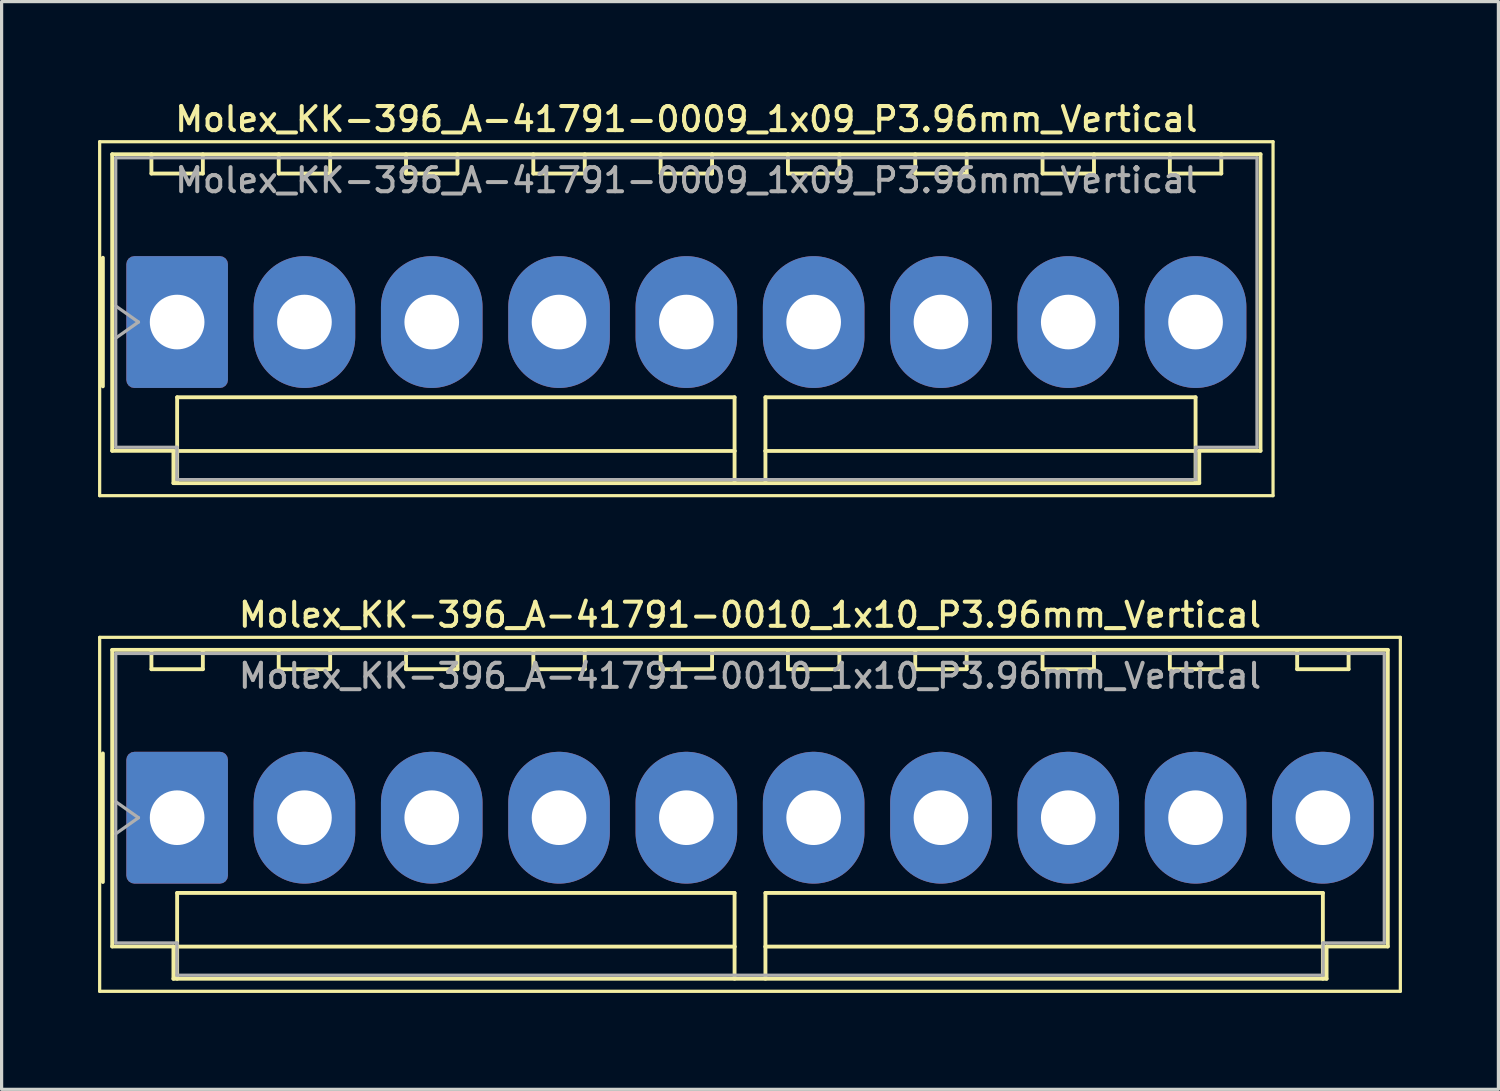
<source format=kicad_pcb>
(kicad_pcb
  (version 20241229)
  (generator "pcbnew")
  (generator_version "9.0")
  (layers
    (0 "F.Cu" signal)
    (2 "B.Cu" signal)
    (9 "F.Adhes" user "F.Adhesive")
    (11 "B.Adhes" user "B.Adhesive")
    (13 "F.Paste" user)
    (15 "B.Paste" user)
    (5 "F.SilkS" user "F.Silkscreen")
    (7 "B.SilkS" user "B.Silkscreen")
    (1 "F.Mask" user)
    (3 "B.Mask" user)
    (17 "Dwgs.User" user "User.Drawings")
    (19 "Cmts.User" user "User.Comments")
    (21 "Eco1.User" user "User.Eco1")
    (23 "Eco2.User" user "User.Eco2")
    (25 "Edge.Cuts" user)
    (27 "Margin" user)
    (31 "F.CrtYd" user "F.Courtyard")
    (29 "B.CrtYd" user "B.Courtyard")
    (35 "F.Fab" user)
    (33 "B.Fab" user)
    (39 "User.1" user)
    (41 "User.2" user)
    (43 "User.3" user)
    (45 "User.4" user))
  (footprint "Molex_KK-396_A-41791-0010_1x10_P3.96mm_Vertical"
    (layer "F.Cu")
    (at 2.46 22.386)
    (property "Reference" "Molex_KK-396_A-41791-0010_1x10_P3.96mm_Vertical" (at 17.82 -6.31 0) (layer "F.SilkS") (effects (font (size 0.75 0.75) (thickness 0.125))))
    (attr through_hole)
    (fp_line (start -2.41 -5.61) (end -2.41 5.4) (stroke (width 0.1) (type solid)) (layer "F.SilkS"))
    (fp_line (start -2.41 5.4) (end 38.05 5.4) (stroke (width 0.1) (type solid)) (layer "F.SilkS"))
    (fp_line (start -2.31 -2) (end -2.31 2) (stroke (width 0.12) (type solid)) (layer "F.SilkS"))
    (fp_line (start -2.02 -5.22) (end 37.66 -5.22) (stroke (width 0.12) (type solid)) (layer "F.SilkS"))
    (fp_line (start -2.02 4.005) (end -2.02 -5.22) (stroke (width 0.12) (type solid)) (layer "F.SilkS"))
    (fp_line (start -0.8 -5.22) (end -0.8 -4.62) (stroke (width 0.12) (type solid)) (layer "F.SilkS"))
    (fp_line (start -0.8 -4.62) (end 0.8 -4.62) (stroke (width 0.12) (type solid)) (layer "F.SilkS"))
    (fp_line (start -0.115 4.005) (end -2.02 4.005) (stroke (width 0.12) (type solid)) (layer "F.SilkS"))
    (fp_line (start -0.115 5.01) (end -0.115 4.005) (stroke (width 0.12) (type solid)) (layer "F.SilkS"))
    (fp_line (start 0 2.34) (end 17.34 2.34) (stroke (width 0.12) (type solid)) (layer "F.SilkS"))
    (fp_line (start 0 4.01) (end 0 2.34) (stroke (width 0.12) (type solid)) (layer "F.SilkS"))
    (fp_line (start 0 4.01) (end 17.34 4.01) (stroke (width 0.12) (type solid)) (layer "F.SilkS"))
    (fp_line (start 0 5.01) (end 0 4.01) (stroke (width 0.12) (type solid)) (layer "F.SilkS"))
    (fp_line (start 0.8 -4.62) (end 0.8 -5.22) (stroke (width 0.12) (type solid)) (layer "F.SilkS"))
    (fp_line (start 3.16 -5.22) (end 3.16 -4.62) (stroke (width 0.12) (type solid)) (layer "F.SilkS"))
    (fp_line (start 3.16 -4.62) (end 4.76 -4.62) (stroke (width 0.12) (type solid)) (layer "F.SilkS"))
    (fp_line (start 4.76 -4.62) (end 4.76 -5.22) (stroke (width 0.12) (type solid)) (layer "F.SilkS"))
    (fp_line (start 7.12 -5.22) (end 7.12 -4.62) (stroke (width 0.12) (type solid)) (layer "F.SilkS"))
    (fp_line (start 7.12 -4.62) (end 8.72 -4.62) (stroke (width 0.12) (type solid)) (layer "F.SilkS"))
    (fp_line (start 8.72 -4.62) (end 8.72 -5.22) (stroke (width 0.12) (type solid)) (layer "F.SilkS"))
    (fp_line (start 11.08 -5.22) (end 11.08 -4.62) (stroke (width 0.12) (type solid)) (layer "F.SilkS"))
    (fp_line (start 11.08 -4.62) (end 12.68 -4.62) (stroke (width 0.12) (type solid)) (layer "F.SilkS"))
    (fp_line (start 12.68 -4.62) (end 12.68 -5.22) (stroke (width 0.12) (type solid)) (layer "F.SilkS"))
    (fp_line (start 15.04 -5.22) (end 15.04 -4.62) (stroke (width 0.12) (type solid)) (layer "F.SilkS"))
    (fp_line (start 15.04 -4.62) (end 16.64 -4.62) (stroke (width 0.12) (type solid)) (layer "F.SilkS"))
    (fp_line (start 16.64 -4.62) (end 16.64 -5.22) (stroke (width 0.12) (type solid)) (layer "F.SilkS"))
    (fp_line (start 17.34 2.34) (end 17.34 4.01) (stroke (width 0.12) (type solid)) (layer "F.SilkS"))
    (fp_line (start 17.34 4.01) (end 17.34 5.01) (stroke (width 0.12) (type solid)) (layer "F.SilkS"))
    (fp_line (start 18.3 2.34) (end 35.64 2.34) (stroke (width 0.12) (type solid)) (layer "F.SilkS"))
    (fp_line (start 18.3 4.01) (end 18.3 2.34) (stroke (width 0.12) (type solid)) (layer "F.SilkS"))
    (fp_line (start 18.3 4.01) (end 35.64 4.01) (stroke (width 0.12) (type solid)) (layer "F.SilkS"))
    (fp_line (start 18.3 5.01) (end 18.3 4.01) (stroke (width 0.12) (type solid)) (layer "F.SilkS"))
    (fp_line (start 19 -5.22) (end 19 -4.62) (stroke (width 0.12) (type solid)) (layer "F.SilkS"))
    (fp_line (start 19 -4.62) (end 20.6 -4.62) (stroke (width 0.12) (type solid)) (layer "F.SilkS"))
    (fp_line (start 20.6 -4.62) (end 20.6 -5.22) (stroke (width 0.12) (type solid)) (layer "F.SilkS"))
    (fp_line (start 22.96 -5.22) (end 22.96 -4.62) (stroke (width 0.12) (type solid)) (layer "F.SilkS"))
    (fp_line (start 22.96 -4.62) (end 24.56 -4.62) (stroke (width 0.12) (type solid)) (layer "F.SilkS"))
    (fp_line (start 24.56 -4.62) (end 24.56 -5.22) (stroke (width 0.12) (type solid)) (layer "F.SilkS"))
    (fp_line (start 26.92 -5.22) (end 26.92 -4.62) (stroke (width 0.12) (type solid)) (layer "F.SilkS"))
    (fp_line (start 26.92 -4.62) (end 28.52 -4.62) (stroke (width 0.12) (type solid)) (layer "F.SilkS"))
    (fp_line (start 28.52 -4.62) (end 28.52 -5.22) (stroke (width 0.12) (type solid)) (layer "F.SilkS"))
    (fp_line (start 30.88 -5.22) (end 30.88 -4.62) (stroke (width 0.12) (type solid)) (layer "F.SilkS"))
    (fp_line (start 30.88 -4.62) (end 32.48 -4.62) (stroke (width 0.12) (type solid)) (layer "F.SilkS"))
    (fp_line (start 32.48 -4.62) (end 32.48 -5.22) (stroke (width 0.12) (type solid)) (layer "F.SilkS"))
    (fp_line (start 34.84 -5.22) (end 34.84 -4.62) (stroke (width 0.12) (type solid)) (layer "F.SilkS"))
    (fp_line (start 34.84 -4.62) (end 36.44 -4.62) (stroke (width 0.12) (type solid)) (layer "F.SilkS"))
    (fp_line (start 35.64 2.34) (end 35.64 4.01) (stroke (width 0.12) (type solid)) (layer "F.SilkS"))
    (fp_line (start 35.64 4.01) (end 35.64 5.01) (stroke (width 0.12) (type solid)) (layer "F.SilkS"))
    (fp_line (start 35.755 4.005) (end 35.755 5.01) (stroke (width 0.12) (type solid)) (layer "F.SilkS"))
    (fp_line (start 35.755 5.01) (end -0.115 5.01) (stroke (width 0.12) (type solid)) (layer "F.SilkS"))
    (fp_line (start 36.44 -4.62) (end 36.44 -5.22) (stroke (width 0.12) (type solid)) (layer "F.SilkS"))
    (fp_line (start 37.66 -5.22) (end 37.66 4.005) (stroke (width 0.12) (type solid)) (layer "F.SilkS"))
    (fp_line (start 37.66 4.005) (end 35.755 4.005) (stroke (width 0.12) (type solid)) (layer "F.SilkS"))
    (fp_line (start 38.05 -5.61) (end -2.41 -5.61) (stroke (width 0.1) (type solid)) (layer "F.SilkS"))
    (fp_line (start 38.05 5.4) (end 38.05 -5.61) (stroke (width 0.1) (type solid)) (layer "F.SilkS"))
    (fp_line (start -1.91 -5.11) (end 37.55 -5.11) (stroke (width 0.1) (type solid)) (layer "F.Fab"))
    (fp_line (start -1.91 -0.5) (end -1.203 0) (stroke (width 0.1) (type solid)) (layer "F.Fab"))
    (fp_line (start -1.91 3.895) (end -1.91 -5.11) (stroke (width 0.1) (type solid)) (layer "F.Fab"))
    (fp_line (start -1.203 0) (end -1.91 0.5) (stroke (width 0.1) (type solid)) (layer "F.Fab"))
    (fp_line (start -0.005 3.895) (end -1.91 3.895) (stroke (width 0.1) (type solid)) (layer "F.Fab"))
    (fp_line (start -0.005 4.9) (end -0.005 3.895) (stroke (width 0.1) (type solid)) (layer "F.Fab"))
    (fp_line (start 35.645 3.895) (end 35.645 4.9) (stroke (width 0.1) (type solid)) (layer "F.Fab"))
    (fp_line (start 35.645 4.9) (end -0.005 4.9) (stroke (width 0.1) (type solid)) (layer "F.Fab"))
    (fp_line (start 37.55 -5.11) (end 37.55 3.895) (stroke (width 0.1) (type solid)) (layer "F.Fab"))
    (fp_line (start 37.55 3.895) (end 35.645 3.895) (stroke (width 0.1) (type solid)) (layer "F.Fab"))
    (fp_text user "${REFERENCE}" (at 17.82 -4.41 0) (layer "F.Fab") (effects (font (size 0.75 0.75) (thickness 0.125))))
    (pad "1" thru_hole roundrect (at 0 0) (size 3.16 4.1) (drill 1.7) (layers "*.Cu" "*.Mask") (roundrect_rratio 0.079))
    (pad "2" thru_hole oval (at 3.96 0) (size 3.16 4.1) (drill 1.7) (layers "*.Cu" "*.Mask"))
    (pad "3" thru_hole oval (at 7.92 0) (size 3.16 4.1) (drill 1.7) (layers "*.Cu" "*.Mask"))
    (pad "4" thru_hole oval (at 11.88 0) (size 3.16 4.1) (drill 1.7) (layers "*.Cu" "*.Mask"))
    (pad "5" thru_hole oval (at 15.84 0) (size 3.16 4.1) (drill 1.7) (layers "*.Cu" "*.Mask"))
    (pad "6" thru_hole oval (at 19.8 0) (size 3.16 4.1) (drill 1.7) (layers "*.Cu" "*.Mask"))
    (pad "7" thru_hole oval (at 23.76 0) (size 3.16 4.1) (drill 1.7) (layers "*.Cu" "*.Mask"))
    (pad "8" thru_hole oval (at 27.72 0) (size 3.16 4.1) (drill 1.7) (layers "*.Cu" "*.Mask"))
    (pad "9" thru_hole oval (at 31.68 0) (size 3.16 4.1) (drill 1.7) (layers "*.Cu" "*.Mask"))
    (pad "10" thru_hole oval (at 35.64 0) (size 3.16 4.1) (drill 1.7) (layers "*.Cu" "*.Mask")))
  (footprint "Molex_KK-396_A-41791-0009_1x09_P3.96mm_Vertical"
    (layer "F.Cu")
    (at 2.46 6.968)
    (property "Reference" "Molex_KK-396_A-41791-0009_1x09_P3.96mm_Vertical" (at 15.84 -6.31 0) (layer "F.SilkS") (effects (font (size 0.75 0.75) (thickness 0.125))))
    (attr through_hole)
    (fp_line (start -2.41 -5.61) (end -2.41 5.4) (stroke (width 0.1) (type solid)) (layer "F.SilkS"))
    (fp_line (start -2.41 5.4) (end 34.09 5.4) (stroke (width 0.1) (type solid)) (layer "F.SilkS"))
    (fp_line (start -2.31 -2) (end -2.31 2) (stroke (width 0.12) (type solid)) (layer "F.SilkS"))
    (fp_line (start -2.02 -5.22) (end 33.7 -5.22) (stroke (width 0.12) (type solid)) (layer "F.SilkS"))
    (fp_line (start -2.02 4.005) (end -2.02 -5.22) (stroke (width 0.12) (type solid)) (layer "F.SilkS"))
    (fp_line (start -0.8 -5.22) (end -0.8 -4.62) (stroke (width 0.12) (type solid)) (layer "F.SilkS"))
    (fp_line (start -0.8 -4.62) (end 0.8 -4.62) (stroke (width 0.12) (type solid)) (layer "F.SilkS"))
    (fp_line (start -0.115 4.005) (end -2.02 4.005) (stroke (width 0.12) (type solid)) (layer "F.SilkS"))
    (fp_line (start -0.115 5.01) (end -0.115 4.005) (stroke (width 0.12) (type solid)) (layer "F.SilkS"))
    (fp_line (start 0 2.34) (end 17.34 2.34) (stroke (width 0.12) (type solid)) (layer "F.SilkS"))
    (fp_line (start 0 4.01) (end 0 2.34) (stroke (width 0.12) (type solid)) (layer "F.SilkS"))
    (fp_line (start 0 4.01) (end 17.34 4.01) (stroke (width 0.12) (type solid)) (layer "F.SilkS"))
    (fp_line (start 0 5.01) (end 0 4.01) (stroke (width 0.12) (type solid)) (layer "F.SilkS"))
    (fp_line (start 0.8 -4.62) (end 0.8 -5.22) (stroke (width 0.12) (type solid)) (layer "F.SilkS"))
    (fp_line (start 3.16 -5.22) (end 3.16 -4.62) (stroke (width 0.12) (type solid)) (layer "F.SilkS"))
    (fp_line (start 3.16 -4.62) (end 4.76 -4.62) (stroke (width 0.12) (type solid)) (layer "F.SilkS"))
    (fp_line (start 4.76 -4.62) (end 4.76 -5.22) (stroke (width 0.12) (type solid)) (layer "F.SilkS"))
    (fp_line (start 7.12 -5.22) (end 7.12 -4.62) (stroke (width 0.12) (type solid)) (layer "F.SilkS"))
    (fp_line (start 7.12 -4.62) (end 8.72 -4.62) (stroke (width 0.12) (type solid)) (layer "F.SilkS"))
    (fp_line (start 8.72 -4.62) (end 8.72 -5.22) (stroke (width 0.12) (type solid)) (layer "F.SilkS"))
    (fp_line (start 11.08 -5.22) (end 11.08 -4.62) (stroke (width 0.12) (type solid)) (layer "F.SilkS"))
    (fp_line (start 11.08 -4.62) (end 12.68 -4.62) (stroke (width 0.12) (type solid)) (layer "F.SilkS"))
    (fp_line (start 12.68 -4.62) (end 12.68 -5.22) (stroke (width 0.12) (type solid)) (layer "F.SilkS"))
    (fp_line (start 15.04 -5.22) (end 15.04 -4.62) (stroke (width 0.12) (type solid)) (layer "F.SilkS"))
    (fp_line (start 15.04 -4.62) (end 16.64 -4.62) (stroke (width 0.12) (type solid)) (layer "F.SilkS"))
    (fp_line (start 16.64 -4.62) (end 16.64 -5.22) (stroke (width 0.12) (type solid)) (layer "F.SilkS"))
    (fp_line (start 17.34 2.34) (end 17.34 4.01) (stroke (width 0.12) (type solid)) (layer "F.SilkS"))
    (fp_line (start 17.34 4.01) (end 17.34 5.01) (stroke (width 0.12) (type solid)) (layer "F.SilkS"))
    (fp_line (start 18.3 2.34) (end 31.68 2.34) (stroke (width 0.12) (type solid)) (layer "F.SilkS"))
    (fp_line (start 18.3 4.01) (end 18.3 2.34) (stroke (width 0.12) (type solid)) (layer "F.SilkS"))
    (fp_line (start 18.3 4.01) (end 31.68 4.01) (stroke (width 0.12) (type solid)) (layer "F.SilkS"))
    (fp_line (start 18.3 5.01) (end 18.3 4.01) (stroke (width 0.12) (type solid)) (layer "F.SilkS"))
    (fp_line (start 19 -5.22) (end 19 -4.62) (stroke (width 0.12) (type solid)) (layer "F.SilkS"))
    (fp_line (start 19 -4.62) (end 20.6 -4.62) (stroke (width 0.12) (type solid)) (layer "F.SilkS"))
    (fp_line (start 20.6 -4.62) (end 20.6 -5.22) (stroke (width 0.12) (type solid)) (layer "F.SilkS"))
    (fp_line (start 22.96 -5.22) (end 22.96 -4.62) (stroke (width 0.12) (type solid)) (layer "F.SilkS"))
    (fp_line (start 22.96 -4.62) (end 24.56 -4.62) (stroke (width 0.12) (type solid)) (layer "F.SilkS"))
    (fp_line (start 24.56 -4.62) (end 24.56 -5.22) (stroke (width 0.12) (type solid)) (layer "F.SilkS"))
    (fp_line (start 26.92 -5.22) (end 26.92 -4.62) (stroke (width 0.12) (type solid)) (layer "F.SilkS"))
    (fp_line (start 26.92 -4.62) (end 28.52 -4.62) (stroke (width 0.12) (type solid)) (layer "F.SilkS"))
    (fp_line (start 28.52 -4.62) (end 28.52 -5.22) (stroke (width 0.12) (type solid)) (layer "F.SilkS"))
    (fp_line (start 30.88 -5.22) (end 30.88 -4.62) (stroke (width 0.12) (type solid)) (layer "F.SilkS"))
    (fp_line (start 30.88 -4.62) (end 32.48 -4.62) (stroke (width 0.12) (type solid)) (layer "F.SilkS"))
    (fp_line (start 31.68 2.34) (end 31.68 4.01) (stroke (width 0.12) (type solid)) (layer "F.SilkS"))
    (fp_line (start 31.68 4.01) (end 31.68 5.01) (stroke (width 0.12) (type solid)) (layer "F.SilkS"))
    (fp_line (start 31.795 4.005) (end 31.795 5.01) (stroke (width 0.12) (type solid)) (layer "F.SilkS"))
    (fp_line (start 31.795 5.01) (end -0.115 5.01) (stroke (width 0.12) (type solid)) (layer "F.SilkS"))
    (fp_line (start 32.48 -4.62) (end 32.48 -5.22) (stroke (width 0.12) (type solid)) (layer "F.SilkS"))
    (fp_line (start 33.7 -5.22) (end 33.7 4.005) (stroke (width 0.12) (type solid)) (layer "F.SilkS"))
    (fp_line (start 33.7 4.005) (end 31.795 4.005) (stroke (width 0.12) (type solid)) (layer "F.SilkS"))
    (fp_line (start 34.09 -5.61) (end -2.41 -5.61) (stroke (width 0.1) (type solid)) (layer "F.SilkS"))
    (fp_line (start 34.09 5.4) (end 34.09 -5.61) (stroke (width 0.1) (type solid)) (layer "F.SilkS"))
    (fp_line (start -1.91 -5.11) (end 33.59 -5.11) (stroke (width 0.1) (type solid)) (layer "F.Fab"))
    (fp_line (start -1.91 -0.5) (end -1.203 0) (stroke (width 0.1) (type solid)) (layer "F.Fab"))
    (fp_line (start -1.91 3.895) (end -1.91 -5.11) (stroke (width 0.1) (type solid)) (layer "F.Fab"))
    (fp_line (start -1.203 0) (end -1.91 0.5) (stroke (width 0.1) (type solid)) (layer "F.Fab"))
    (fp_line (start -0.005 3.895) (end -1.91 3.895) (stroke (width 0.1) (type solid)) (layer "F.Fab"))
    (fp_line (start -0.005 4.9) (end -0.005 3.895) (stroke (width 0.1) (type solid)) (layer "F.Fab"))
    (fp_line (start 31.685 3.895) (end 31.685 4.9) (stroke (width 0.1) (type solid)) (layer "F.Fab"))
    (fp_line (start 31.685 4.9) (end -0.005 4.9) (stroke (width 0.1) (type solid)) (layer "F.Fab"))
    (fp_line (start 33.59 -5.11) (end 33.59 3.895) (stroke (width 0.1) (type solid)) (layer "F.Fab"))
    (fp_line (start 33.59 3.895) (end 31.685 3.895) (stroke (width 0.1) (type solid)) (layer "F.Fab"))
    (fp_text user "${REFERENCE}" (at 15.84 -4.41 0) (layer "F.Fab") (effects (font (size 0.75 0.75) (thickness 0.125))))
    (pad "1" thru_hole roundrect (at 0 0) (size 3.16 4.1) (drill 1.7) (layers "*.Cu" "*.Mask") (roundrect_rratio 0.079))
    (pad "2" thru_hole oval (at 3.96 0) (size 3.16 4.1) (drill 1.7) (layers "*.Cu" "*.Mask"))
    (pad "3" thru_hole oval (at 7.92 0) (size 3.16 4.1) (drill 1.7) (layers "*.Cu" "*.Mask"))
    (pad "4" thru_hole oval (at 11.88 0) (size 3.16 4.1) (drill 1.7) (layers "*.Cu" "*.Mask"))
    (pad "5" thru_hole oval (at 15.84 0) (size 3.16 4.1) (drill 1.7) (layers "*.Cu" "*.Mask"))
    (pad "6" thru_hole oval (at 19.8 0) (size 3.16 4.1) (drill 1.7) (layers "*.Cu" "*.Mask"))
    (pad "7" thru_hole oval (at 23.76 0) (size 3.16 4.1) (drill 1.7) (layers "*.Cu" "*.Mask"))
    (pad "8" thru_hole oval (at 27.72 0) (size 3.16 4.1) (drill 1.7) (layers "*.Cu" "*.Mask"))
    (pad "9" thru_hole oval (at 31.68 0) (size 3.16 4.1) (drill 1.7) (layers "*.Cu" "*.Mask")))
  (gr_rect
    (start -3 -3)
    (end 43.56 30.836)
    (stroke (width 0.1) (type default))
    (fill no)
    (layer "Edge.Cuts")))
</source>
